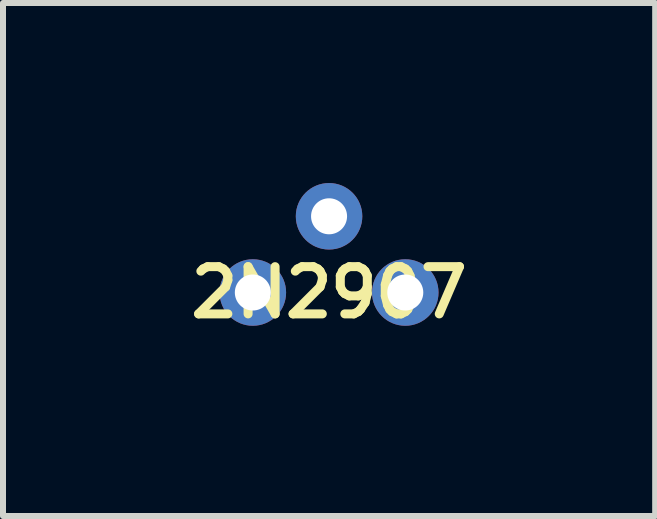
<source format=kicad_pcb>
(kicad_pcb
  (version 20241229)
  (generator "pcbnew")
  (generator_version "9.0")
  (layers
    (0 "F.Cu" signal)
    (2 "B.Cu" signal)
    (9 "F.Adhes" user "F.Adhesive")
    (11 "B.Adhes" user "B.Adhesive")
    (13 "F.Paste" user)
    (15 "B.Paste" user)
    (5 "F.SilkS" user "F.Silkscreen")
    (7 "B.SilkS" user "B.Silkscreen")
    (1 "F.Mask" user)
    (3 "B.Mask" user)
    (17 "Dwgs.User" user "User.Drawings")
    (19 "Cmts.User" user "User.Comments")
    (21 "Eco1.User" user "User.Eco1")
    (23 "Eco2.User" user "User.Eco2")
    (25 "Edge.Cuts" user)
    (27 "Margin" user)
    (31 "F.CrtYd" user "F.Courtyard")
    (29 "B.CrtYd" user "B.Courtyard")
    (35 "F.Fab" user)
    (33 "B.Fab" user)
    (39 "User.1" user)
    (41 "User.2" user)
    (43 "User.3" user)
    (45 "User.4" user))
  (footprint "2N2907"
    (layer "F.Cu")
    (at 2.433 1.824)
    (property "Reference" "2N2907" (at 0 0 0) (layer "F.SilkS") (effects (font (size 0.787 0.787) (thickness 0.15))))
    (attr through_hole)
    (pad "B" thru_hole circle (at 0 -1.27) (size 1.108 1.108) (drill 0.6) (layers "*.Cu" "*.Mask"))
    (pad "C" thru_hole circle (at 1.27 0) (size 1.108 1.108) (drill 0.6) (layers "*.Cu" "*.Mask"))
    (pad "E" thru_hole circle (at -1.27 0) (size 1.108 1.108) (drill 0.6) (layers "*.Cu" "*.Mask")))
  (gr_rect
    (start -3 -3)
    (end 7.867 5.548)
    (stroke (width 0.1) (type default))
    (fill no)
    (layer "Edge.Cuts")))
</source>
